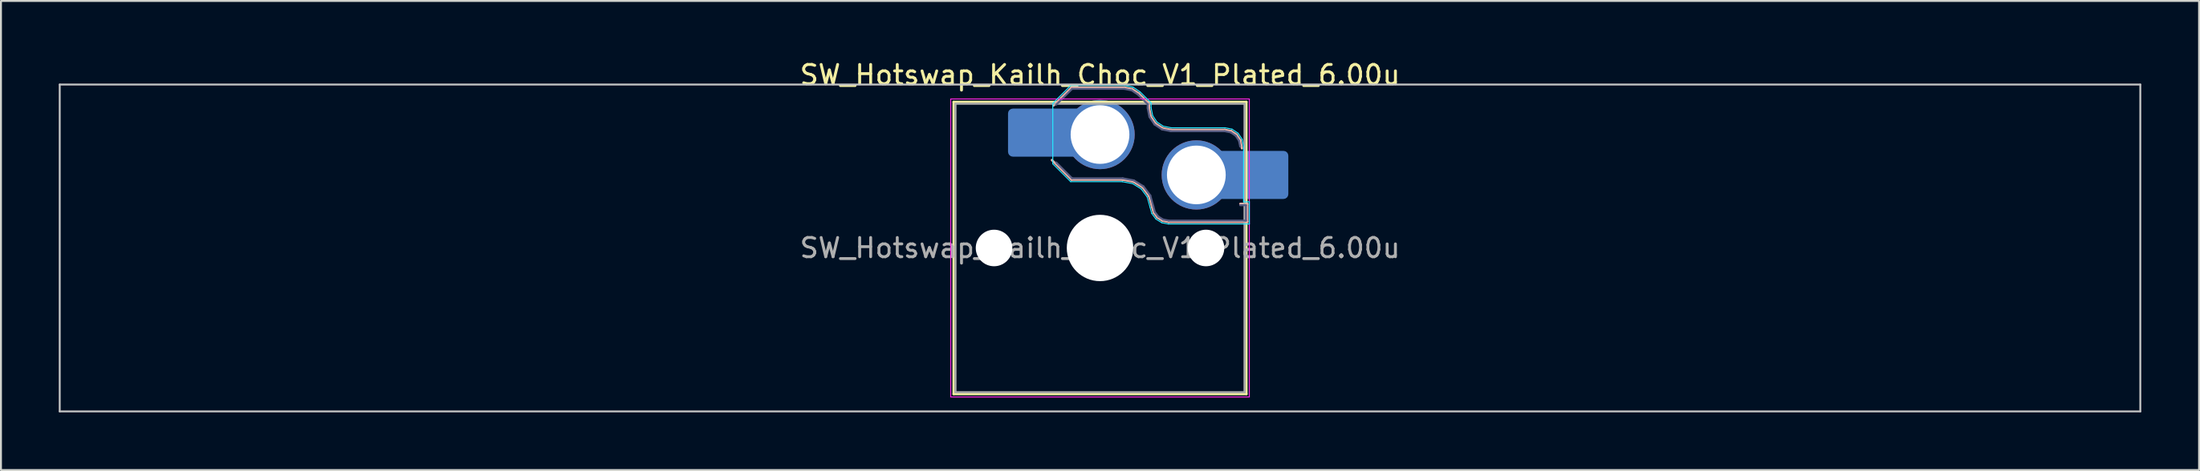
<source format=kicad_pcb>
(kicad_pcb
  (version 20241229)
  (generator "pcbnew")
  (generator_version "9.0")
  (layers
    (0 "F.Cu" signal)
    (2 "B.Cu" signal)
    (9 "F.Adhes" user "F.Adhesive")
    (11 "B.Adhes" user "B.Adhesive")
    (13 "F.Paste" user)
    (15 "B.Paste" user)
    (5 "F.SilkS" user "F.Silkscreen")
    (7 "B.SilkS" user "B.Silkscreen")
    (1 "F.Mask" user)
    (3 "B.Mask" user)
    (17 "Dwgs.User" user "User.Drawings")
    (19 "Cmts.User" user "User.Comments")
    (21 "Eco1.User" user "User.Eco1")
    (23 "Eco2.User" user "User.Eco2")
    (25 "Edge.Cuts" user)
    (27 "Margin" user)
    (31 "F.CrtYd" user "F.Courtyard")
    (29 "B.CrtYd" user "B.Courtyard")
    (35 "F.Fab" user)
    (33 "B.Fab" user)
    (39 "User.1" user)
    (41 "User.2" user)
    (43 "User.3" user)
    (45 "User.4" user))
  (footprint "SW_Hotswap_Kailh_Choc_V1_Plated_6.00u"
    (layer "F.Cu")
    (at 54.05 9.848)
    (property "Reference" "SW_Hotswap_Kailh_Choc_V1_Plated_6.00u" (at 0 -9 0) (layer "F.SilkS") (effects (font (size 1 1) (thickness 0.15))))
    (attr smd)
    (fp_line (start -7.6 -7.6) (end -7.6 7.6) (stroke (width 0.12) (type solid)) (layer "F.SilkS"))
    (fp_line (start -7.6 7.6) (end 7.6 7.6) (stroke (width 0.12) (type solid)) (layer "F.SilkS"))
    (fp_line (start 7.6 -7.6) (end -7.6 -7.6) (stroke (width 0.12) (type solid)) (layer "F.SilkS"))
    (fp_line (start 7.6 7.6) (end 7.6 -7.6) (stroke (width 0.12) (type solid)) (layer "F.SilkS"))
    (fp_line (start -2.416 -7.409) (end -1.479 -8.346) (stroke (width 0.12) (type solid)) (layer "B.SilkS"))
    (fp_line (start -1.479 -8.346) (end 1.268 -8.346) (stroke (width 0.12) (type solid)) (layer "B.SilkS"))
    (fp_line (start -1.479 -3.554) (end -2.5 -4.575) (stroke (width 0.12) (type solid)) (layer "B.SilkS"))
    (fp_line (start 1.168 -3.554) (end -1.479 -3.554) (stroke (width 0.12) (type solid)) (layer "B.SilkS"))
    (fp_line (start 1.268 -8.346) (end 1.671 -8.266) (stroke (width 0.12) (type solid)) (layer "B.SilkS"))
    (fp_line (start 1.671 -8.266) (end 2.013 -8.037) (stroke (width 0.12) (type solid)) (layer "B.SilkS"))
    (fp_line (start 1.73 -3.449) (end 1.168 -3.554) (stroke (width 0.12) (type solid)) (layer "B.SilkS"))
    (fp_line (start 2.013 -8.037) (end 2.546 -7.504) (stroke (width 0.12) (type solid)) (layer "B.SilkS"))
    (fp_line (start 2.209 -3.15) (end 1.73 -3.449) (stroke (width 0.12) (type solid)) (layer "B.SilkS"))
    (fp_line (start 2.546 -7.504) (end 2.546 -7.282) (stroke (width 0.12) (type solid)) (layer "B.SilkS"))
    (fp_line (start 2.546 -7.282) (end 2.633 -6.844) (stroke (width 0.12) (type solid)) (layer "B.SilkS"))
    (fp_line (start 2.547 -2.697) (end 2.209 -3.15) (stroke (width 0.12) (type solid)) (layer "B.SilkS"))
    (fp_line (start 2.633 -6.844) (end 2.877 -6.477) (stroke (width 0.12) (type solid)) (layer "B.SilkS"))
    (fp_line (start 2.701 -2.139) (end 2.547 -2.697) (stroke (width 0.12) (type solid)) (layer "B.SilkS"))
    (fp_line (start 2.783 -1.841) (end 2.701 -2.139) (stroke (width 0.12) (type solid)) (layer "B.SilkS"))
    (fp_line (start 2.877 -6.477) (end 3.244 -6.233) (stroke (width 0.12) (type solid)) (layer "B.SilkS"))
    (fp_line (start 2.976 -1.583) (end 2.783 -1.841) (stroke (width 0.12) (type solid)) (layer "B.SilkS"))
    (fp_line (start 3.244 -6.233) (end 3.682 -6.146) (stroke (width 0.12) (type solid)) (layer "B.SilkS"))
    (fp_line (start 3.25 -1.413) (end 2.976 -1.583) (stroke (width 0.12) (type solid)) (layer "B.SilkS"))
    (fp_line (start 3.56 -1.354) (end 3.25 -1.413) (stroke (width 0.12) (type solid)) (layer "B.SilkS"))
    (fp_line (start 3.682 -6.146) (end 6.482 -6.146) (stroke (width 0.12) (type solid)) (layer "B.SilkS"))
    (fp_line (start 6.482 -6.146) (end 6.809 -6.081) (stroke (width 0.12) (type solid)) (layer "B.SilkS"))
    (fp_line (start 6.809 -6.081) (end 7.092 -5.892) (stroke (width 0.12) (type solid)) (layer "B.SilkS"))
    (fp_line (start 7.092 -5.892) (end 7.281 -5.609) (stroke (width 0.12) (type solid)) (layer "B.SilkS"))
    (fp_line (start 7.281 -5.609) (end 7.366 -5.182) (stroke (width 0.12) (type solid)) (layer "B.SilkS"))
    (fp_line (start 7.283 -2.296) (end 7.646 -2.296) (stroke (width 0.12) (type solid)) (layer "B.SilkS"))
    (fp_line (start 7.646 -2.296) (end 7.646 -1.354) (stroke (width 0.12) (type solid)) (layer "B.SilkS"))
    (fp_line (start 7.646 -1.354) (end 3.56 -1.354) (stroke (width 0.12) (type solid)) (layer "B.SilkS"))
    (fp_line (start -54 -8.5) (end -54 8.5) (stroke (width 0.1) (type solid)) (layer "Dwgs.User"))
    (fp_line (start -54 8.5) (end 54 8.5) (stroke (width 0.1) (type solid)) (layer "Dwgs.User"))
    (fp_line (start 54 -8.5) (end -54 -8.5) (stroke (width 0.1) (type solid)) (layer "Dwgs.User"))
    (fp_line (start 54 8.5) (end 54 -8.5) (stroke (width 0.1) (type solid)) (layer "Dwgs.User"))
    (fp_line (start -7.25 -7.25) (end -7.25 7.25) (stroke (width 0.1) (type solid)) (layer "Eco1.User"))
    (fp_line (start -7.25 7.25) (end 7.25 7.25) (stroke (width 0.1) (type solid)) (layer "Eco1.User"))
    (fp_line (start 7.25 -7.25) (end -7.25 -7.25) (stroke (width 0.1) (type solid)) (layer "Eco1.User"))
    (fp_line (start 7.25 7.25) (end 7.25 -7.25) (stroke (width 0.1) (type solid)) (layer "Eco1.User"))
    (fp_line (start -2.452 -7.523) (end -1.523 -8.452) (stroke (width 0.05) (type solid)) (layer "B.CrtYd"))
    (fp_line (start -2.452 -4.377) (end -2.452 -7.523) (stroke (width 0.05) (type solid)) (layer "B.CrtYd"))
    (fp_line (start -1.523 -8.452) (end 1.278 -8.452) (stroke (width 0.05) (type solid)) (layer "B.CrtYd"))
    (fp_line (start -1.523 -3.448) (end -2.452 -4.377) (stroke (width 0.05) (type solid)) (layer "B.CrtYd"))
    (fp_line (start 1.159 -3.448) (end -1.523 -3.448) (stroke (width 0.05) (type solid)) (layer "B.CrtYd"))
    (fp_line (start 1.278 -8.452) (end 1.712 -8.366) (stroke (width 0.05) (type solid)) (layer "B.CrtYd"))
    (fp_line (start 1.691 -3.348) (end 1.159 -3.448) (stroke (width 0.05) (type solid)) (layer "B.CrtYd"))
    (fp_line (start 1.712 -8.366) (end 2.081 -8.119) (stroke (width 0.05) (type solid)) (layer "B.CrtYd"))
    (fp_line (start 2.081 -8.119) (end 2.652 -7.548) (stroke (width 0.05) (type solid)) (layer "B.CrtYd"))
    (fp_line (start 2.136 -3.071) (end 1.691 -3.348) (stroke (width 0.05) (type solid)) (layer "B.CrtYd"))
    (fp_line (start 2.45 -2.65) (end 2.136 -3.071) (stroke (width 0.05) (type solid)) (layer "B.CrtYd"))
    (fp_line (start 2.599 -2.111) (end 2.45 -2.65) (stroke (width 0.05) (type solid)) (layer "B.CrtYd"))
    (fp_line (start 2.652 -7.548) (end 2.652 -7.292) (stroke (width 0.05) (type solid)) (layer "B.CrtYd"))
    (fp_line (start 2.652 -7.292) (end 2.733 -6.885) (stroke (width 0.05) (type solid)) (layer "B.CrtYd"))
    (fp_line (start 2.687 -1.794) (end 2.599 -2.111) (stroke (width 0.05) (type solid)) (layer "B.CrtYd"))
    (fp_line (start 2.733 -6.885) (end 2.953 -6.553) (stroke (width 0.05) (type solid)) (layer "B.CrtYd"))
    (fp_line (start 2.903 -1.503) (end 2.687 -1.794) (stroke (width 0.05) (type solid)) (layer "B.CrtYd"))
    (fp_line (start 2.953 -6.553) (end 3.285 -6.333) (stroke (width 0.05) (type solid)) (layer "B.CrtYd"))
    (fp_line (start 3.211 -1.312) (end 2.903 -1.503) (stroke (width 0.05) (type solid)) (layer "B.CrtYd"))
    (fp_line (start 3.285 -6.333) (end 3.692 -6.252) (stroke (width 0.05) (type solid)) (layer "B.CrtYd"))
    (fp_line (start 3.55 -1.248) (end 3.211 -1.312) (stroke (width 0.05) (type solid)) (layer "B.CrtYd"))
    (fp_line (start 3.692 -6.252) (end 6.492 -6.252) (stroke (width 0.05) (type solid)) (layer "B.CrtYd"))
    (fp_line (start 6.492 -6.252) (end 6.85 -6.181) (stroke (width 0.05) (type solid)) (layer "B.CrtYd"))
    (fp_line (start 6.85 -6.181) (end 7.168 -5.968) (stroke (width 0.05) (type solid)) (layer "B.CrtYd"))
    (fp_line (start 7.168 -5.968) (end 7.381 -5.65) (stroke (width 0.05) (type solid)) (layer "B.CrtYd"))
    (fp_line (start 7.381 -5.65) (end 7.452 -5.292) (stroke (width 0.05) (type solid)) (layer "B.CrtYd"))
    (fp_line (start 7.452 -5.292) (end 7.452 -2.402) (stroke (width 0.05) (type solid)) (layer "B.CrtYd"))
    (fp_line (start 7.452 -2.402) (end 7.752 -2.402) (stroke (width 0.05) (type solid)) (layer "B.CrtYd"))
    (fp_line (start 7.752 -2.402) (end 7.752 -1.248) (stroke (width 0.05) (type solid)) (layer "B.CrtYd"))
    (fp_line (start 7.752 -1.248) (end 3.55 -1.248) (stroke (width 0.05) (type solid)) (layer "B.CrtYd"))
    (fp_line (start -7.75 -7.75) (end -7.75 7.75) (stroke (width 0.05) (type solid)) (layer "F.CrtYd"))
    (fp_line (start -7.75 7.75) (end 7.75 7.75) (stroke (width 0.05) (type solid)) (layer "F.CrtYd"))
    (fp_line (start 7.75 -7.75) (end -7.75 -7.75) (stroke (width 0.05) (type solid)) (layer "F.CrtYd"))
    (fp_line (start 7.75 7.75) (end 7.75 -7.75) (stroke (width 0.05) (type solid)) (layer "F.CrtYd"))
    (fp_line (start -2.275 -7.45) (end -1.45 -8.275) (stroke (width 0.1) (type solid)) (layer "B.Fab"))
    (fp_line (start -1.45 -8.275) (end 1.261 -8.275) (stroke (width 0.1) (type solid)) (layer "B.Fab"))
    (fp_line (start -1.45 -3.625) (end -2.275 -4.45) (stroke (width 0.1) (type solid)) (layer "B.Fab"))
    (fp_line (start 1.175 -3.625) (end -1.45 -3.625) (stroke (width 0.1) (type solid)) (layer "B.Fab"))
    (fp_line (start 1.261 -8.275) (end 1.643 -8.199) (stroke (width 0.1) (type solid)) (layer "B.Fab"))
    (fp_line (start 1.643 -8.199) (end 1.968 -7.982) (stroke (width 0.1) (type solid)) (layer "B.Fab"))
    (fp_line (start 1.756 -3.516) (end 1.175 -3.625) (stroke (width 0.1) (type solid)) (layer "B.Fab"))
    (fp_line (start 1.968 -7.982) (end 2.475 -7.475) (stroke (width 0.1) (type solid)) (layer "B.Fab"))
    (fp_line (start 2.258 -3.203) (end 1.756 -3.516) (stroke (width 0.1) (type solid)) (layer "B.Fab"))
    (fp_line (start 2.475 -7.475) (end 2.475 -7.275) (stroke (width 0.1) (type solid)) (layer "B.Fab"))
    (fp_line (start 2.475 -7.275) (end 2.566 -6.816) (stroke (width 0.1) (type solid)) (layer "B.Fab"))
    (fp_line (start 2.566 -6.816) (end 2.826 -6.426) (stroke (width 0.1) (type solid)) (layer "B.Fab"))
    (fp_line (start 2.612 -2.729) (end 2.258 -3.203) (stroke (width 0.1) (type solid)) (layer "B.Fab"))
    (fp_line (start 2.769 -2.158) (end 2.612 -2.729) (stroke (width 0.1) (type solid)) (layer "B.Fab"))
    (fp_line (start 2.826 -6.426) (end 3.216 -6.166) (stroke (width 0.1) (type solid)) (layer "B.Fab"))
    (fp_line (start 2.848 -1.873) (end 2.769 -2.158) (stroke (width 0.1) (type solid)) (layer "B.Fab"))
    (fp_line (start 3.025 -1.636) (end 2.848 -1.873) (stroke (width 0.1) (type solid)) (layer "B.Fab"))
    (fp_line (start 3.216 -6.166) (end 3.675 -6.075) (stroke (width 0.1) (type solid)) (layer "B.Fab"))
    (fp_line (start 3.276 -1.48) (end 3.025 -1.636) (stroke (width 0.1) (type solid)) (layer "B.Fab"))
    (fp_line (start 3.567 -1.425) (end 3.276 -1.48) (stroke (width 0.1) (type solid)) (layer "B.Fab"))
    (fp_line (start 3.675 -6.075) (end 6.475 -6.075) (stroke (width 0.1) (type solid)) (layer "B.Fab"))
    (fp_line (start 6.475 -6.075) (end 6.781 -6.014) (stroke (width 0.1) (type solid)) (layer "B.Fab"))
    (fp_line (start 6.781 -6.014) (end 7.041 -5.841) (stroke (width 0.1) (type solid)) (layer "B.Fab"))
    (fp_line (start 7.041 -5.841) (end 7.214 -5.581) (stroke (width 0.1) (type solid)) (layer "B.Fab"))
    (fp_line (start 7.214 -5.581) (end 7.275 -5.275) (stroke (width 0.1) (type solid)) (layer "B.Fab"))
    (fp_line (start 7.275 -2.225) (end 7.575 -2.225) (stroke (width 0.1) (type solid)) (layer "B.Fab"))
    (fp_line (start 7.575 -2.225) (end 7.575 -1.425) (stroke (width 0.1) (type solid)) (layer "B.Fab"))
    (fp_line (start 7.575 -1.425) (end 3.567 -1.425) (stroke (width 0.1) (type solid)) (layer "B.Fab"))
    (fp_line (start -7.5 -7.5) (end -7.5 7.5) (stroke (width 0.1) (type solid)) (layer "F.Fab"))
    (fp_line (start -7.5 7.5) (end 7.5 7.5) (stroke (width 0.1) (type solid)) (layer "F.Fab"))
    (fp_line (start 7.5 -7.5) (end -7.5 -7.5) (stroke (width 0.1) (type solid)) (layer "F.Fab"))
    (fp_line (start 7.5 7.5) (end 7.5 -7.5) (stroke (width 0.1) (type solid)) (layer "F.Fab"))
    (fp_text user "${REFERENCE}" (at 0 0 0) (layer "F.Fab") (effects (font (size 1 1) (thickness 0.15))))
    (pad "" np_thru_hole circle (at -5.5 0) (size 1.9 1.9) (drill 1.9) (layers "*.Cu" "*.Mask"))
    (pad "" smd roundrect (at -3.5 -6) (size 2.55 2.5) (layers "B.Mask" "B.Paste") (roundrect_rratio 0.1))
    (pad "" np_thru_hole circle (at 0 0) (size 3.45 3.45) (drill 3.45) (layers "*.Cu" "*.Mask"))
    (pad "" np_thru_hole circle (at 5.5 0) (size 1.9 1.9) (drill 1.9) (layers "*.Cu" "*.Mask"))
    (pad "" smd roundrect (at 8.5 -3.8) (size 2.55 2.5) (layers "B.Mask" "B.Paste") (roundrect_rratio 0.1))
    (pad "1" smd roundrect (at -2.85 -6) (size 3.85 2.5) (layers "B.Cu") (roundrect_rratio 0.1))
    (pad "1" thru_hole circle (at 0 -5.9) (size 3.6 3.6) (drill 3.05) (layers "*.Cu" "*.Mask"))
    (pad "2" thru_hole circle (at 5 -3.8) (size 3.6 3.6) (drill 3.05) (layers "*.Cu" "*.Mask"))
    (pad "2" smd roundrect (at 7.85 -3.8) (size 3.85 2.5) (layers "B.Cu") (roundrect_rratio 0.1)))
  (gr_rect
    (start -3 -3)
    (end 111.1 21.398)
    (stroke (width 0.1) (type default))
    (fill no)
    (layer "Edge.Cuts")))
</source>
